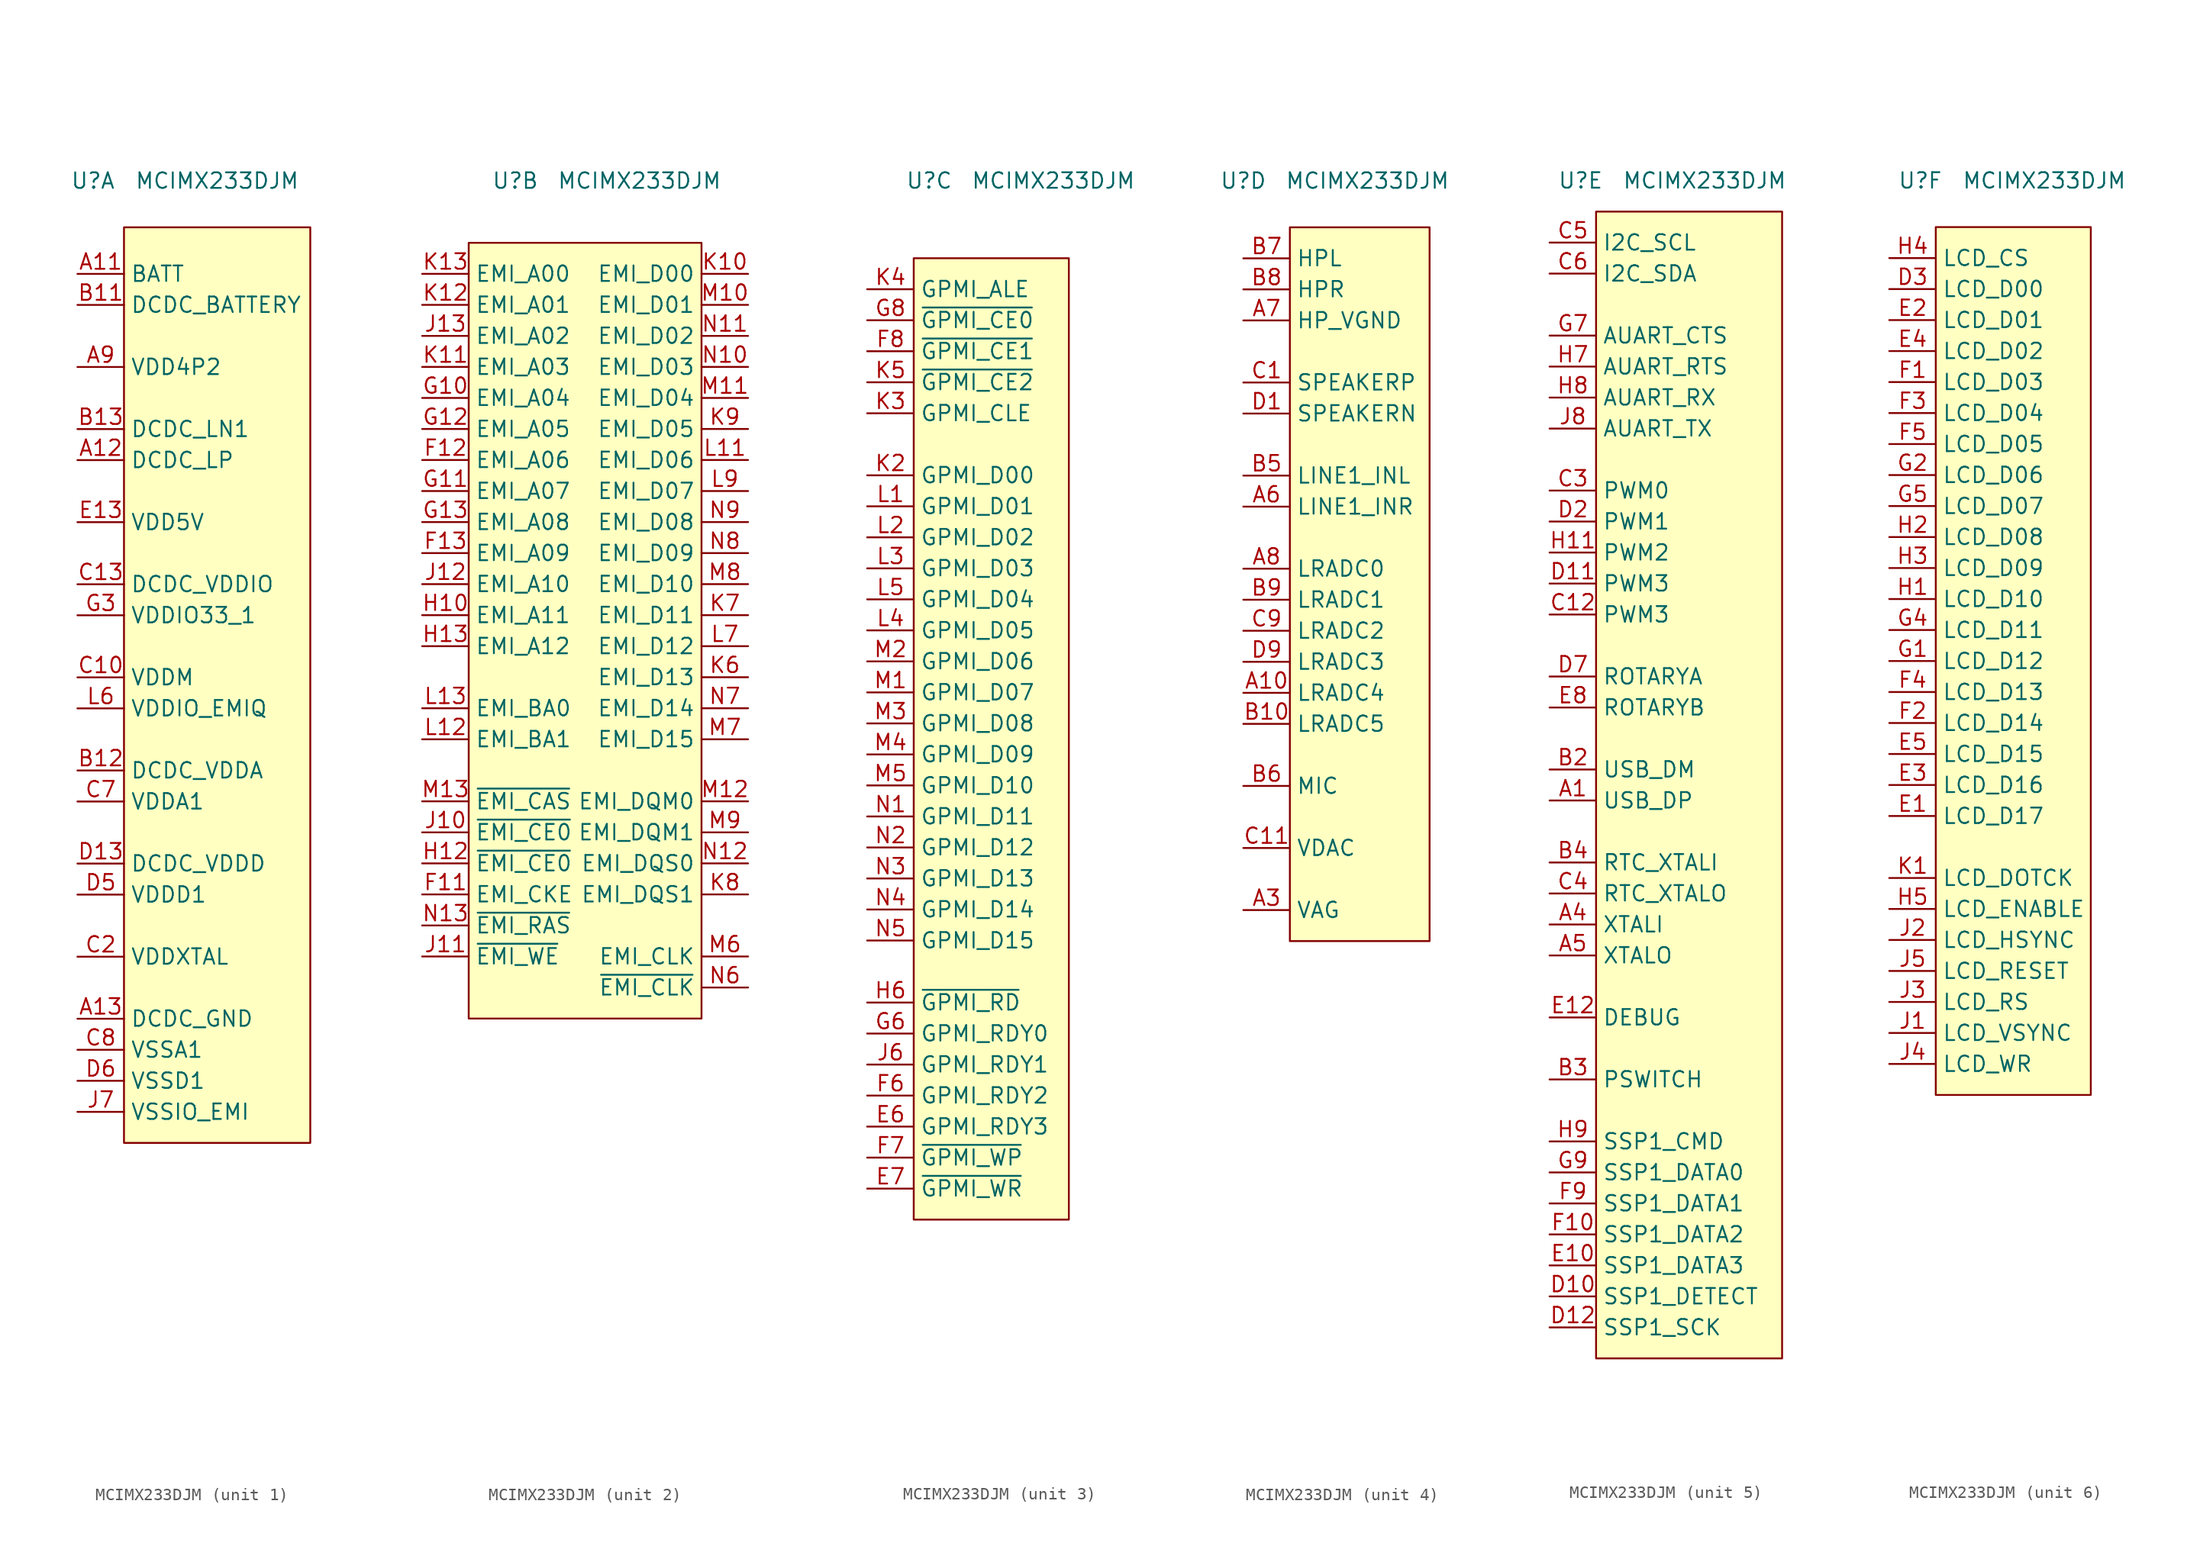
<source format=kicad_sym>
(kicad_symbol_lib
  (version 20220914)
  (generator kicad_symbol_editor)
  (symbol "MCIMX233DJM"
    (property "Reference" "U"
      (at -5.08 2.54 0)
      (effects (font (size 1.27 1.27))))
    (property "Value" "MCIMX233DJM"
      (at 5.08 2.54 0)
      (effects (font (size 1.27 1.27))))
    (property "ki_locked" ""
      (at 0 0 0)
      (effects (font (size 1.27 1.27))))
    (symbol "MCIMX233DJM_0_0"
      (text "" (at 7.62 -93.98 0) (effects (font (size 1.27 1.27))))
      (text "" (at 7.62 -93.98 0) (effects (font (size 1.27 1.27))))
      (text "" (at 7.62 -81.28 0) (effects (font (size 1.27 1.27))))
      (text "" (at 7.62 -81.28 0) (effects (font (size 1.27 1.27)))))
    (symbol "MCIMX233DJM_1_0"
      (pin passive line (at -6.35 -5.08 0) (length 3.81) (name "BATT" (effects (font (size 1.27 1.27)))) (number "A11" (effects (font (size 1.27 1.27)))))
      (pin passive line (at -6.35 -20.32 0) (length 3.81) (name "DCDC_LP" (effects (font (size 1.27 1.27)))) (number "A12" (effects (font (size 1.27 1.27)))))
      (pin passive line (at -6.35 -66.04 0) (length 3.81) (name "DCDC_GND" (effects (font (size 1.27 1.27)))) (number "A13" (effects (font (size 1.27 1.27)))))
      (pin passive line (at -6.35 -68.58 0) (length 3.81) hide (name "VSSA2" (effects (font (size 1.27 1.27)))) (number "A2" (effects (font (size 1.27 1.27)))))
      (pin passive line (at -6.35 -12.7 0) (length 3.81) (name "VDD4P2" (effects (font (size 1.27 1.27)))) (number "A9" (effects (font (size 1.27 1.27)))))
      (pin passive line (at -6.35 -7.62 0) (length 3.81) (name "DCDC_BATTERY" (effects (font (size 1.27 1.27)))) (number "B11" (effects (font (size 1.27 1.27)))))
      (pin passive line (at -6.35 -45.72 0) (length 3.81) (name "DCDC_VDDA" (effects (font (size 1.27 1.27)))) (number "B12" (effects (font (size 1.27 1.27)))))
      (pin passive line (at -6.35 -17.78 0) (length 3.81) (name "DCDC_LN1" (effects (font (size 1.27 1.27)))) (number "B13" (effects (font (size 1.27 1.27)))))
      (pin passive line (at -6.35 -38.1 0) (length 3.81) (name "VDDM" (effects (font (size 1.27 1.27)))) (number "C10" (effects (font (size 1.27 1.27)))))
      (pin passive line (at -6.35 -30.48 0) (length 3.81) (name "DCDC_VDDIO" (effects (font (size 1.27 1.27)))) (number "C13" (effects (font (size 1.27 1.27)))))
      (pin passive line (at -6.35 -60.96 0) (length 3.81) (name "VDDXTAL" (effects (font (size 1.27 1.27)))) (number "C2" (effects (font (size 1.27 1.27)))))
      (pin passive line (at -6.35 -48.26 0) (length 3.81) (name "VDDA1" (effects (font (size 1.27 1.27)))) (number "C7" (effects (font (size 1.27 1.27)))))
      (pin passive line (at -6.35 -68.58 0) (length 3.81) (name "VSSA1" (effects (font (size 1.27 1.27)))) (number "C8" (effects (font (size 1.27 1.27)))))
      (pin passive line (at -6.35 -53.34 0) (length 3.81) (name "DCDC_VDDD" (effects (font (size 1.27 1.27)))) (number "D13" (effects (font (size 1.27 1.27)))))
      (pin passive line (at -6.35 -68.58 0) (length 3.81) hide (name "VSSA4" (effects (font (size 1.27 1.27)))) (number "D4" (effects (font (size 1.27 1.27)))))
      (pin passive line (at -6.35 -55.88 0) (length 3.81) (name "VDDD1" (effects (font (size 1.27 1.27)))) (number "D5" (effects (font (size 1.27 1.27)))))
      (pin passive line (at -6.35 -71.12 0) (length 3.81) (name "VSSD1" (effects (font (size 1.27 1.27)))) (number "D6" (effects (font (size 1.27 1.27)))))
      (pin passive line (at -6.35 -55.88 0) (length 3.81) hide (name "VDDD3" (effects (font (size 1.27 1.27)))) (number "D8" (effects (font (size 1.27 1.27)))))
      (pin passive line (at -6.35 -33.02 0) (length 3.81) hide (name "VDDIO33_3" (effects (font (size 1.27 1.27)))) (number "E11" (effects (font (size 1.27 1.27)))))
      (pin passive line (at -6.35 -25.4 0) (length 3.81) (name "VDD5V" (effects (font (size 1.27 1.27)))) (number "E13" (effects (font (size 1.27 1.27)))))
      (pin passive line (at -6.35 -71.12 0) (length 3.81) hide (name "VSSD2" (effects (font (size 1.27 1.27)))) (number "E9" (effects (font (size 1.27 1.27)))))
      (pin passive line (at -6.35 -33.02 0) (length 3.81) (name "VDDIO33_1" (effects (font (size 1.27 1.27)))) (number "G3" (effects (font (size 1.27 1.27)))))
      (pin passive line (at -6.35 -73.66 0) (length 3.81) (name "VSSIO_EMI" (effects (font (size 1.27 1.27)))) (number "J7" (effects (font (size 1.27 1.27)))))
      (pin passive line (at -6.35 -73.66 0) (length 3.81) hide (name "VSSIO_EMI" (effects (font (size 1.27 1.27)))) (number "J9" (effects (font (size 1.27 1.27)))))
      (pin passive line (at -6.35 -40.64 0) (length 3.81) hide (name "VDDIO_EMI2" (effects (font (size 1.27 1.27)))) (number "L10" (effects (font (size 1.27 1.27)))))
      (pin passive line (at -6.35 -40.64 0) (length 3.81) (name "VDDIO_EMIQ" (effects (font (size 1.27 1.27)))) (number "L6" (effects (font (size 1.27 1.27)))))
      (pin passive line (at -6.35 -40.64 0) (length 3.81) hide (name "VDDIO_EMI1" (effects (font (size 1.27 1.27)))) (number "L8" (effects (font (size 1.27 1.27))))))
    (symbol "MCIMX233DJM_1_1"
      (rectangle (start -2.54 -1.27) (end 12.7 -76.2) (stroke (width 0.152) (type default)) (fill (type background))))
    (symbol "MCIMX233DJM_2_0"
      (pin passive line (at -12.7 -55.88 0) (length 3.81) (name "EMI_CKE" (effects (font (size 1.27 1.27)))) (number "F11" (effects (font (size 1.27 1.27)))))
      (pin passive line (at -12.7 -20.32 0) (length 3.81) (name "EMI_A06" (effects (font (size 1.27 1.27)))) (number "F12" (effects (font (size 1.27 1.27)))))
      (pin passive line (at -12.7 -27.94 0) (length 3.81) (name "EMI_A09" (effects (font (size 1.27 1.27)))) (number "F13" (effects (font (size 1.27 1.27)))))
      (pin passive line (at -12.7 -15.24 0) (length 3.81) (name "EMI_A04" (effects (font (size 1.27 1.27)))) (number "G10" (effects (font (size 1.27 1.27)))))
      (pin passive line (at -12.7 -22.86 0) (length 3.81) (name "EMI_A07" (effects (font (size 1.27 1.27)))) (number "G11" (effects (font (size 1.27 1.27)))))
      (pin passive line (at -12.7 -17.78 0) (length 3.81) (name "EMI_A05" (effects (font (size 1.27 1.27)))) (number "G12" (effects (font (size 1.27 1.27)))))
      (pin passive line (at -12.7 -25.4 0) (length 3.81) (name "EMI_A08" (effects (font (size 1.27 1.27)))) (number "G13" (effects (font (size 1.27 1.27)))))
      (pin passive line (at -12.7 -33.02 0) (length 3.81) (name "EMI_A11" (effects (font (size 1.27 1.27)))) (number "H10" (effects (font (size 1.27 1.27)))))
      (pin passive line (at -12.7 -53.34 0) (length 3.81) (name "~{EMI_CE0}" (effects (font (size 1.27 1.27)))) (number "H12" (effects (font (size 1.27 1.27)))))
      (pin passive line (at -12.7 -35.56 0) (length 3.81) (name "EMI_A12" (effects (font (size 1.27 1.27)))) (number "H13" (effects (font (size 1.27 1.27)))))
      (pin passive line (at -12.7 -50.8 0) (length 3.81) (name "~{EMI_CE0}" (effects (font (size 1.27 1.27)))) (number "J10" (effects (font (size 1.27 1.27)))))
      (pin passive line (at -12.7 -60.96 0) (length 3.81) (name "~{EMI_WE}" (effects (font (size 1.27 1.27)))) (number "J11" (effects (font (size 1.27 1.27)))))
      (pin passive line (at -12.7 -30.48 0) (length 3.81) (name "EMI_A10" (effects (font (size 1.27 1.27)))) (number "J12" (effects (font (size 1.27 1.27)))))
      (pin passive line (at -12.7 -10.16 0) (length 3.81) (name "EMI_A02" (effects (font (size 1.27 1.27)))) (number "J13" (effects (font (size 1.27 1.27)))))
      (pin passive line (at 13.97 -5.08 180) (length 3.81) (name "EMI_D00" (effects (font (size 1.27 1.27)))) (number "K10" (effects (font (size 1.27 1.27)))))
      (pin passive line (at -12.7 -12.7 0) (length 3.81) (name "EMI_A03" (effects (font (size 1.27 1.27)))) (number "K11" (effects (font (size 1.27 1.27)))))
      (pin passive line (at -12.7 -7.62 0) (length 3.81) (name "EMI_A01" (effects (font (size 1.27 1.27)))) (number "K12" (effects (font (size 1.27 1.27)))))
      (pin passive line (at -12.7 -5.08 0) (length 3.81) (name "EMI_A00" (effects (font (size 1.27 1.27)))) (number "K13" (effects (font (size 1.27 1.27)))))
      (pin passive line (at 13.97 -38.1 180) (length 3.81) (name "EMI_D13" (effects (font (size 1.27 1.27)))) (number "K6" (effects (font (size 1.27 1.27)))))
      (pin passive line (at 13.97 -33.02 180) (length 3.81) (name "EMI_D11" (effects (font (size 1.27 1.27)))) (number "K7" (effects (font (size 1.27 1.27)))))
      (pin passive line (at 13.97 -55.88 180) (length 3.81) (name "EMI_DQS1" (effects (font (size 1.27 1.27)))) (number "K8" (effects (font (size 1.27 1.27)))))
      (pin passive line (at 13.97 -17.78 180) (length 3.81) (name "EMI_D05" (effects (font (size 1.27 1.27)))) (number "K9" (effects (font (size 1.27 1.27)))))
      (pin passive line (at 13.97 -20.32 180) (length 3.81) (name "EMI_D06" (effects (font (size 1.27 1.27)))) (number "L11" (effects (font (size 1.27 1.27)))))
      (pin passive line (at -12.7 -43.18 0) (length 3.81) (name "EMI_BA1" (effects (font (size 1.27 1.27)))) (number "L12" (effects (font (size 1.27 1.27)))))
      (pin passive line (at -12.7 -40.64 0) (length 3.81) (name "EMI_BA0" (effects (font (size 1.27 1.27)))) (number "L13" (effects (font (size 1.27 1.27)))))
      (pin passive line (at 13.97 -35.56 180) (length 3.81) (name "EMI_D12" (effects (font (size 1.27 1.27)))) (number "L7" (effects (font (size 1.27 1.27)))))
      (pin passive line (at 13.97 -22.86 180) (length 3.81) (name "EMI_D07" (effects (font (size 1.27 1.27)))) (number "L9" (effects (font (size 1.27 1.27)))))
      (pin passive line (at 13.97 -7.62 180) (length 3.81) (name "EMI_D01" (effects (font (size 1.27 1.27)))) (number "M10" (effects (font (size 1.27 1.27)))))
      (pin passive line (at 13.97 -15.24 180) (length 3.81) (name "EMI_D04" (effects (font (size 1.27 1.27)))) (number "M11" (effects (font (size 1.27 1.27)))))
      (pin passive line (at 13.97 -48.26 180) (length 3.81) (name "EMI_DQM0" (effects (font (size 1.27 1.27)))) (number "M12" (effects (font (size 1.27 1.27)))))
      (pin passive line (at -12.7 -48.26 0) (length 3.81) (name "~{EMI_CAS}" (effects (font (size 1.27 1.27)))) (number "M13" (effects (font (size 1.27 1.27)))))
      (pin passive line (at 13.97 -60.96 180) (length 3.81) (name "EMI_CLK" (effects (font (size 1.27 1.27)))) (number "M6" (effects (font (size 1.27 1.27)))))
      (pin passive line (at 13.97 -43.18 180) (length 3.81) (name "EMI_D15" (effects (font (size 1.27 1.27)))) (number "M7" (effects (font (size 1.27 1.27)))))
      (pin passive line (at 13.97 -30.48 180) (length 3.81) (name "EMI_D10" (effects (font (size 1.27 1.27)))) (number "M8" (effects (font (size 1.27 1.27)))))
      (pin passive line (at 13.97 -50.8 180) (length 3.81) (name "EMI_DQM1" (effects (font (size 1.27 1.27)))) (number "M9" (effects (font (size 1.27 1.27)))))
      (pin passive line (at 13.97 -12.7 180) (length 3.81) (name "EMI_D03" (effects (font (size 1.27 1.27)))) (number "N10" (effects (font (size 1.27 1.27)))))
      (pin passive line (at 13.97 -10.16 180) (length 3.81) (name "EMI_D02" (effects (font (size 1.27 1.27)))) (number "N11" (effects (font (size 1.27 1.27)))))
      (pin passive line (at 13.97 -53.34 180) (length 3.81) (name "EMI_DQS0" (effects (font (size 1.27 1.27)))) (number "N12" (effects (font (size 1.27 1.27)))))
      (pin passive line (at -12.7 -58.42 0) (length 3.81) (name "~{EMI_RAS}" (effects (font (size 1.27 1.27)))) (number "N13" (effects (font (size 1.27 1.27)))))
      (pin passive line (at 13.97 -63.5 180) (length 3.81) (name "~{EMI_CLK}" (effects (font (size 1.27 1.27)))) (number "N6" (effects (font (size 1.27 1.27)))))
      (pin passive line (at 13.97 -40.64 180) (length 3.81) (name "EMI_D14" (effects (font (size 1.27 1.27)))) (number "N7" (effects (font (size 1.27 1.27)))))
      (pin passive line (at 13.97 -27.94 180) (length 3.81) (name "EMI_D09" (effects (font (size 1.27 1.27)))) (number "N8" (effects (font (size 1.27 1.27)))))
      (pin passive line (at 13.97 -25.4 180) (length 3.81) (name "EMI_D08" (effects (font (size 1.27 1.27)))) (number "N9" (effects (font (size 1.27 1.27))))))
    (symbol "MCIMX233DJM_2_1"
      (rectangle (start -8.89 -2.54) (end 10.16 -66.04) (stroke (width 0.152) (type default)) (fill (type background))))
    (symbol "MCIMX233DJM_3_0"
      (pin passive line (at -10.16 -74.93 0) (length 3.81) (name "GPMI_RDY3" (effects (font (size 1.27 1.27)))) (number "E6" (effects (font (size 1.27 1.27)))))
      (pin passive line (at -10.16 -80.01 0) (length 3.81) (name "~{GPMI_WR}" (effects (font (size 1.27 1.27)))) (number "E7" (effects (font (size 1.27 1.27)))))
      (pin passive line (at -10.16 -72.39 0) (length 3.81) (name "GPMI_RDY2" (effects (font (size 1.27 1.27)))) (number "F6" (effects (font (size 1.27 1.27)))))
      (pin passive line (at -10.16 -77.47 0) (length 3.81) (name "~{GPMI_WP}" (effects (font (size 1.27 1.27)))) (number "F7" (effects (font (size 1.27 1.27)))))
      (pin passive line (at -10.16 -11.43 0) (length 3.81) (name "~{GPMI_CE1}" (effects (font (size 1.27 1.27)))) (number "F8" (effects (font (size 1.27 1.27)))))
      (pin passive line (at -10.16 -67.31 0) (length 3.81) (name "GPMI_RDY0" (effects (font (size 1.27 1.27)))) (number "G6" (effects (font (size 1.27 1.27)))))
      (pin passive line (at -10.16 -8.89 0) (length 3.81) (name "~{GPMI_CE0}" (effects (font (size 1.27 1.27)))) (number "G8" (effects (font (size 1.27 1.27)))))
      (pin passive line (at -10.16 -64.77 0) (length 3.81) (name "~{GPMI_RD}" (effects (font (size 1.27 1.27)))) (number "H6" (effects (font (size 1.27 1.27)))))
      (pin passive line (at -10.16 -69.85 0) (length 3.81) (name "GPMI_RDY1" (effects (font (size 1.27 1.27)))) (number "J6" (effects (font (size 1.27 1.27)))))
      (pin passive line (at -10.16 -21.59 0) (length 3.81) (name "GPMI_D00" (effects (font (size 1.27 1.27)))) (number "K2" (effects (font (size 1.27 1.27)))))
      (pin passive line (at -10.16 -16.51 0) (length 3.81) (name "GPMI_CLE" (effects (font (size 1.27 1.27)))) (number "K3" (effects (font (size 1.27 1.27)))))
      (pin passive line (at -10.16 -6.35 0) (length 3.81) (name "GPMI_ALE" (effects (font (size 1.27 1.27)))) (number "K4" (effects (font (size 1.27 1.27)))))
      (pin passive line (at -10.16 -13.97 0) (length 3.81) (name "~{GPMI_CE2}" (effects (font (size 1.27 1.27)))) (number "K5" (effects (font (size 1.27 1.27)))))
      (pin passive line (at -10.16 -24.13 0) (length 3.81) (name "GPMI_D01" (effects (font (size 1.27 1.27)))) (number "L1" (effects (font (size 1.27 1.27)))))
      (pin passive line (at -10.16 -26.67 0) (length 3.81) (name "GPMI_D02" (effects (font (size 1.27 1.27)))) (number "L2" (effects (font (size 1.27 1.27)))))
      (pin passive line (at -10.16 -29.21 0) (length 3.81) (name "GPMI_D03" (effects (font (size 1.27 1.27)))) (number "L3" (effects (font (size 1.27 1.27)))))
      (pin passive line (at -10.16 -34.29 0) (length 3.81) (name "GPMI_D05" (effects (font (size 1.27 1.27)))) (number "L4" (effects (font (size 1.27 1.27)))))
      (pin passive line (at -10.16 -31.75 0) (length 3.81) (name "GPMI_D04" (effects (font (size 1.27 1.27)))) (number "L5" (effects (font (size 1.27 1.27)))))
      (pin passive line (at -10.16 -39.37 0) (length 3.81) (name "GPMI_D07" (effects (font (size 1.27 1.27)))) (number "M1" (effects (font (size 1.27 1.27)))))
      (pin passive line (at -10.16 -36.83 0) (length 3.81) (name "GPMI_D06" (effects (font (size 1.27 1.27)))) (number "M2" (effects (font (size 1.27 1.27)))))
      (pin passive line (at -10.16 -41.91 0) (length 3.81) (name "GPMI_D08" (effects (font (size 1.27 1.27)))) (number "M3" (effects (font (size 1.27 1.27)))))
      (pin passive line (at -10.16 -44.45 0) (length 3.81) (name "GPMI_D09" (effects (font (size 1.27 1.27)))) (number "M4" (effects (font (size 1.27 1.27)))))
      (pin passive line (at -10.16 -46.99 0) (length 3.81) (name "GPMI_D10" (effects (font (size 1.27 1.27)))) (number "M5" (effects (font (size 1.27 1.27)))))
      (pin passive line (at -10.16 -49.53 0) (length 3.81) (name "GPMI_D11" (effects (font (size 1.27 1.27)))) (number "N1" (effects (font (size 1.27 1.27)))))
      (pin passive line (at -10.16 -52.07 0) (length 3.81) (name "GPMI_D12" (effects (font (size 1.27 1.27)))) (number "N2" (effects (font (size 1.27 1.27)))))
      (pin passive line (at -10.16 -54.61 0) (length 3.81) (name "GPMI_D13" (effects (font (size 1.27 1.27)))) (number "N3" (effects (font (size 1.27 1.27)))))
      (pin passive line (at -10.16 -57.15 0) (length 3.81) (name "GPMI_D14" (effects (font (size 1.27 1.27)))) (number "N4" (effects (font (size 1.27 1.27)))))
      (pin passive line (at -10.16 -59.69 0) (length 3.81) (name "GPMI_D15" (effects (font (size 1.27 1.27)))) (number "N5" (effects (font (size 1.27 1.27))))))
    (symbol "MCIMX233DJM_3_1"
      (rectangle (start -6.35 -3.81) (end 6.35 -82.55) (stroke (width 0.152) (type default)) (fill (type background))))
    (symbol "MCIMX233DJM_4_0"
      (pin passive line (at -5.08 -39.37 0) (length 3.81) (name "LRADC4" (effects (font (size 1.27 1.27)))) (number "A10" (effects (font (size 1.27 1.27)))))
      (pin passive line (at -5.08 -57.15 0) (length 3.81) (name "VAG" (effects (font (size 1.27 1.27)))) (number "A3" (effects (font (size 1.27 1.27)))))
      (pin passive line (at -5.08 -24.13 0) (length 3.81) (name "LINE1_INR" (effects (font (size 1.27 1.27)))) (number "A6" (effects (font (size 1.27 1.27)))))
      (pin passive line (at -5.08 -8.89 0) (length 3.81) (name "HP_VGND" (effects (font (size 1.27 1.27)))) (number "A7" (effects (font (size 1.27 1.27)))))
      (pin passive line (at -5.08 -29.21 0) (length 3.81) (name "LRADC0" (effects (font (size 1.27 1.27)))) (number "A8" (effects (font (size 1.27 1.27)))))
      (pin passive line (at -5.08 -41.91 0) (length 3.81) (name "LRADC5" (effects (font (size 1.27 1.27)))) (number "B10" (effects (font (size 1.27 1.27)))))
      (pin passive line (at -5.08 -21.59 0) (length 3.81) (name "LINE1_INL" (effects (font (size 1.27 1.27)))) (number "B5" (effects (font (size 1.27 1.27)))))
      (pin passive line (at -5.08 -46.99 0) (length 3.81) (name "MIC" (effects (font (size 1.27 1.27)))) (number "B6" (effects (font (size 1.27 1.27)))))
      (pin passive line (at -5.08 -3.81 0) (length 3.81) (name "HPL" (effects (font (size 1.27 1.27)))) (number "B7" (effects (font (size 1.27 1.27)))))
      (pin passive line (at -5.08 -6.35 0) (length 3.81) (name "HPR" (effects (font (size 1.27 1.27)))) (number "B8" (effects (font (size 1.27 1.27)))))
      (pin passive line (at -5.08 -31.75 0) (length 3.81) (name "LRADC1" (effects (font (size 1.27 1.27)))) (number "B9" (effects (font (size 1.27 1.27)))))
      (pin passive line (at -5.08 -13.97 0) (length 3.81) (name "SPEAKERP" (effects (font (size 1.27 1.27)))) (number "C1" (effects (font (size 1.27 1.27)))))
      (pin passive line (at -5.08 -52.07 0) (length 3.81) (name "VDAC" (effects (font (size 1.27 1.27)))) (number "C11" (effects (font (size 1.27 1.27)))))
      (pin passive line (at -5.08 -34.29 0) (length 3.81) (name "LRADC2" (effects (font (size 1.27 1.27)))) (number "C9" (effects (font (size 1.27 1.27)))))
      (pin passive line (at -5.08 -16.51 0) (length 3.81) (name "SPEAKERN" (effects (font (size 1.27 1.27)))) (number "D1" (effects (font (size 1.27 1.27)))))
      (pin passive line (at -5.08 -36.83 0) (length 3.81) (name "LRADC3" (effects (font (size 1.27 1.27)))) (number "D9" (effects (font (size 1.27 1.27))))))
    (symbol "MCIMX233DJM_4_1"
      (rectangle (start -1.27 -1.27) (end 10.16 -59.69) (stroke (width 0.152) (type default)) (fill (type background))))
    (symbol "MCIMX233DJM_5_0"
      (pin passive line (at -7.62 -48.26 0) (length 3.81) (name "USB_DP" (effects (font (size 1.27 1.27)))) (number "A1" (effects (font (size 1.27 1.27)))))
      (pin passive line (at -7.62 -58.42 0) (length 3.81) (name "XTALI" (effects (font (size 1.27 1.27)))) (number "A4" (effects (font (size 1.27 1.27)))))
      (pin passive line (at -7.62 -60.96 0) (length 3.81) (name "XTALO" (effects (font (size 1.27 1.27)))) (number "A5" (effects (font (size 1.27 1.27)))))
      (pin passive line (at -7.62 -45.72 0) (length 3.81) (name "USB_DM" (effects (font (size 1.27 1.27)))) (number "B2" (effects (font (size 1.27 1.27)))))
      (pin passive line (at -7.62 -71.12 0) (length 3.81) (name "PSWITCH" (effects (font (size 1.27 1.27)))) (number "B3" (effects (font (size 1.27 1.27)))))
      (pin passive line (at -7.62 -53.34 0) (length 3.81) (name "RTC_XTALI" (effects (font (size 1.27 1.27)))) (number "B4" (effects (font (size 1.27 1.27)))))
      (pin passive line (at -7.62 -33.02 0) (length 3.81) (name "PWM3" (effects (font (size 1.27 1.27)))) (number "C12" (effects (font (size 1.27 1.27)))))
      (pin passive line (at -7.62 -22.86 0) (length 3.81) (name "PWM0" (effects (font (size 1.27 1.27)))) (number "C3" (effects (font (size 1.27 1.27)))))
      (pin passive line (at -7.62 -55.88 0) (length 3.81) (name "RTC_XTALO" (effects (font (size 1.27 1.27)))) (number "C4" (effects (font (size 1.27 1.27)))))
      (pin passive line (at -7.62 -2.54 0) (length 3.81) (name "I2C_SCL" (effects (font (size 1.27 1.27)))) (number "C5" (effects (font (size 1.27 1.27)))))
      (pin passive line (at -7.62 -5.08 0) (length 3.81) (name "I2C_SDA" (effects (font (size 1.27 1.27)))) (number "C6" (effects (font (size 1.27 1.27)))))
      (pin passive line (at -7.62 -88.9 0) (length 3.81) (name "SSP1_DETECT" (effects (font (size 1.27 1.27)))) (number "D10" (effects (font (size 1.27 1.27)))))
      (pin passive line (at -7.62 -30.48 0) (length 3.81) (name "PWM3" (effects (font (size 1.27 1.27)))) (number "D11" (effects (font (size 1.27 1.27)))))
      (pin passive line (at -7.62 -91.44 0) (length 3.81) (name "SSP1_SCK" (effects (font (size 1.27 1.27)))) (number "D12" (effects (font (size 1.27 1.27)))))
      (pin passive line (at -7.62 -25.4 0) (length 3.81) (name "PWM1" (effects (font (size 1.27 1.27)))) (number "D2" (effects (font (size 1.27 1.27)))))
      (pin passive line (at -7.62 -38.1 0) (length 3.81) (name "ROTARYA" (effects (font (size 1.27 1.27)))) (number "D7" (effects (font (size 1.27 1.27)))))
      (pin passive line (at -7.62 -86.36 0) (length 3.81) (name "SSP1_DATA3" (effects (font (size 1.27 1.27)))) (number "E10" (effects (font (size 1.27 1.27)))))
      (pin passive line (at -7.62 -66.04 0) (length 3.81) (name "DEBUG" (effects (font (size 1.27 1.27)))) (number "E12" (effects (font (size 1.27 1.27)))))
      (pin passive line (at -7.62 -40.64 0) (length 3.81) (name "ROTARYB" (effects (font (size 1.27 1.27)))) (number "E8" (effects (font (size 1.27 1.27)))))
      (pin passive line (at -7.62 -83.82 0) (length 3.81) (name "SSP1_DATA2" (effects (font (size 1.27 1.27)))) (number "F10" (effects (font (size 1.27 1.27)))))
      (pin passive line (at -7.62 -81.28 0) (length 3.81) (name "SSP1_DATA1" (effects (font (size 1.27 1.27)))) (number "F9" (effects (font (size 1.27 1.27)))))
      (pin passive line (at -7.62 -10.16 0) (length 3.81) (name "AUART_CTS" (effects (font (size 1.27 1.27)))) (number "G7" (effects (font (size 1.27 1.27)))))
      (pin passive line (at -7.62 -78.74 0) (length 3.81) (name "SSP1_DATA0" (effects (font (size 1.27 1.27)))) (number "G9" (effects (font (size 1.27 1.27)))))
      (pin passive line (at -7.62 -27.94 0) (length 3.81) (name "PWM2" (effects (font (size 1.27 1.27)))) (number "H11" (effects (font (size 1.27 1.27)))))
      (pin passive line (at -7.62 -12.7 0) (length 3.81) (name "AUART_RTS" (effects (font (size 1.27 1.27)))) (number "H7" (effects (font (size 1.27 1.27)))))
      (pin passive line (at -7.62 -15.24 0) (length 3.81) (name "AUART_RX" (effects (font (size 1.27 1.27)))) (number "H8" (effects (font (size 1.27 1.27)))))
      (pin passive line (at -7.62 -76.2 0) (length 3.81) (name "SSP1_CMD" (effects (font (size 1.27 1.27)))) (number "H9" (effects (font (size 1.27 1.27)))))
      (pin passive line (at -7.62 -17.78 0) (length 3.81) (name "AUART_TX" (effects (font (size 1.27 1.27)))) (number "J8" (effects (font (size 1.27 1.27))))))
    (symbol "MCIMX233DJM_5_1"
      (rectangle (start -3.81 0) (end 11.43 -93.98) (stroke (width 0.152) (type default)) (fill (type background))))
    (symbol "MCIMX233DJM_6_0"
      (pin passive line (at -7.62 -6.35 0) (length 3.81) (name "LCD_D00" (effects (font (size 1.27 1.27)))) (number "D3" (effects (font (size 1.27 1.27)))))
      (pin passive line (at -7.62 -49.53 0) (length 3.81) (name "LCD_D17" (effects (font (size 1.27 1.27)))) (number "E1" (effects (font (size 1.27 1.27)))))
      (pin passive line (at -7.62 -8.89 0) (length 3.81) (name "LCD_D01" (effects (font (size 1.27 1.27)))) (number "E2" (effects (font (size 1.27 1.27)))))
      (pin passive line (at -7.62 -46.99 0) (length 3.81) (name "LCD_D16" (effects (font (size 1.27 1.27)))) (number "E3" (effects (font (size 1.27 1.27)))))
      (pin passive line (at -7.62 -11.43 0) (length 3.81) (name "LCD_D02" (effects (font (size 1.27 1.27)))) (number "E4" (effects (font (size 1.27 1.27)))))
      (pin passive line (at -7.62 -44.45 0) (length 3.81) (name "LCD_D15" (effects (font (size 1.27 1.27)))) (number "E5" (effects (font (size 1.27 1.27)))))
      (pin passive line (at -7.62 -13.97 0) (length 3.81) (name "LCD_D03" (effects (font (size 1.27 1.27)))) (number "F1" (effects (font (size 1.27 1.27)))))
      (pin passive line (at -7.62 -41.91 0) (length 3.81) (name "LCD_D14" (effects (font (size 1.27 1.27)))) (number "F2" (effects (font (size 1.27 1.27)))))
      (pin passive line (at -7.62 -16.51 0) (length 3.81) (name "LCD_D04" (effects (font (size 1.27 1.27)))) (number "F3" (effects (font (size 1.27 1.27)))))
      (pin passive line (at -7.62 -39.37 0) (length 3.81) (name "LCD_D13" (effects (font (size 1.27 1.27)))) (number "F4" (effects (font (size 1.27 1.27)))))
      (pin passive line (at -7.62 -19.05 0) (length 3.81) (name "LCD_D05" (effects (font (size 1.27 1.27)))) (number "F5" (effects (font (size 1.27 1.27)))))
      (pin passive line (at -7.62 -36.83 0) (length 3.81) (name "LCD_D12" (effects (font (size 1.27 1.27)))) (number "G1" (effects (font (size 1.27 1.27)))))
      (pin passive line (at -7.62 -21.59 0) (length 3.81) (name "LCD_D06" (effects (font (size 1.27 1.27)))) (number "G2" (effects (font (size 1.27 1.27)))))
      (pin passive line (at -7.62 -34.29 0) (length 3.81) (name "LCD_D11" (effects (font (size 1.27 1.27)))) (number "G4" (effects (font (size 1.27 1.27)))))
      (pin passive line (at -7.62 -24.13 0) (length 3.81) (name "LCD_D07" (effects (font (size 1.27 1.27)))) (number "G5" (effects (font (size 1.27 1.27)))))
      (pin passive line (at -7.62 -31.75 0) (length 3.81) (name "LCD_D10" (effects (font (size 1.27 1.27)))) (number "H1" (effects (font (size 1.27 1.27)))))
      (pin passive line (at -7.62 -26.67 0) (length 3.81) (name "LCD_D08" (effects (font (size 1.27 1.27)))) (number "H2" (effects (font (size 1.27 1.27)))))
      (pin passive line (at -7.62 -29.21 0) (length 3.81) (name "LCD_D09" (effects (font (size 1.27 1.27)))) (number "H3" (effects (font (size 1.27 1.27)))))
      (pin passive line (at -7.62 -3.81 0) (length 3.81) (name "LCD_CS" (effects (font (size 1.27 1.27)))) (number "H4" (effects (font (size 1.27 1.27)))))
      (pin passive line (at -7.62 -57.15 0) (length 3.81) (name "LCD_ENABLE" (effects (font (size 1.27 1.27)))) (number "H5" (effects (font (size 1.27 1.27)))))
      (pin passive line (at -7.62 -67.31 0) (length 3.81) (name "LCD_VSYNC" (effects (font (size 1.27 1.27)))) (number "J1" (effects (font (size 1.27 1.27)))))
      (pin passive line (at -7.62 -59.69 0) (length 3.81) (name "LCD_HSYNC" (effects (font (size 1.27 1.27)))) (number "J2" (effects (font (size 1.27 1.27)))))
      (pin passive line (at -7.62 -64.77 0) (length 3.81) (name "LCD_RS" (effects (font (size 1.27 1.27)))) (number "J3" (effects (font (size 1.27 1.27)))))
      (pin passive line (at -7.62 -69.85 0) (length 3.81) (name "LCD_WR" (effects (font (size 1.27 1.27)))) (number "J4" (effects (font (size 1.27 1.27)))))
      (pin passive line (at -7.62 -62.23 0) (length 3.81) (name "LCD_RESET" (effects (font (size 1.27 1.27)))) (number "J5" (effects (font (size 1.27 1.27)))))
      (pin passive line (at -7.62 -54.61 0) (length 3.81) (name "LCD_DOTCK" (effects (font (size 1.27 1.27)))) (number "K1" (effects (font (size 1.27 1.27))))))
    (symbol "MCIMX233DJM_6_1"
      (rectangle (start -3.81 -1.27) (end 8.89 -72.39) (stroke (width 0.152) (type default)) (fill (type background))))))
</source>
